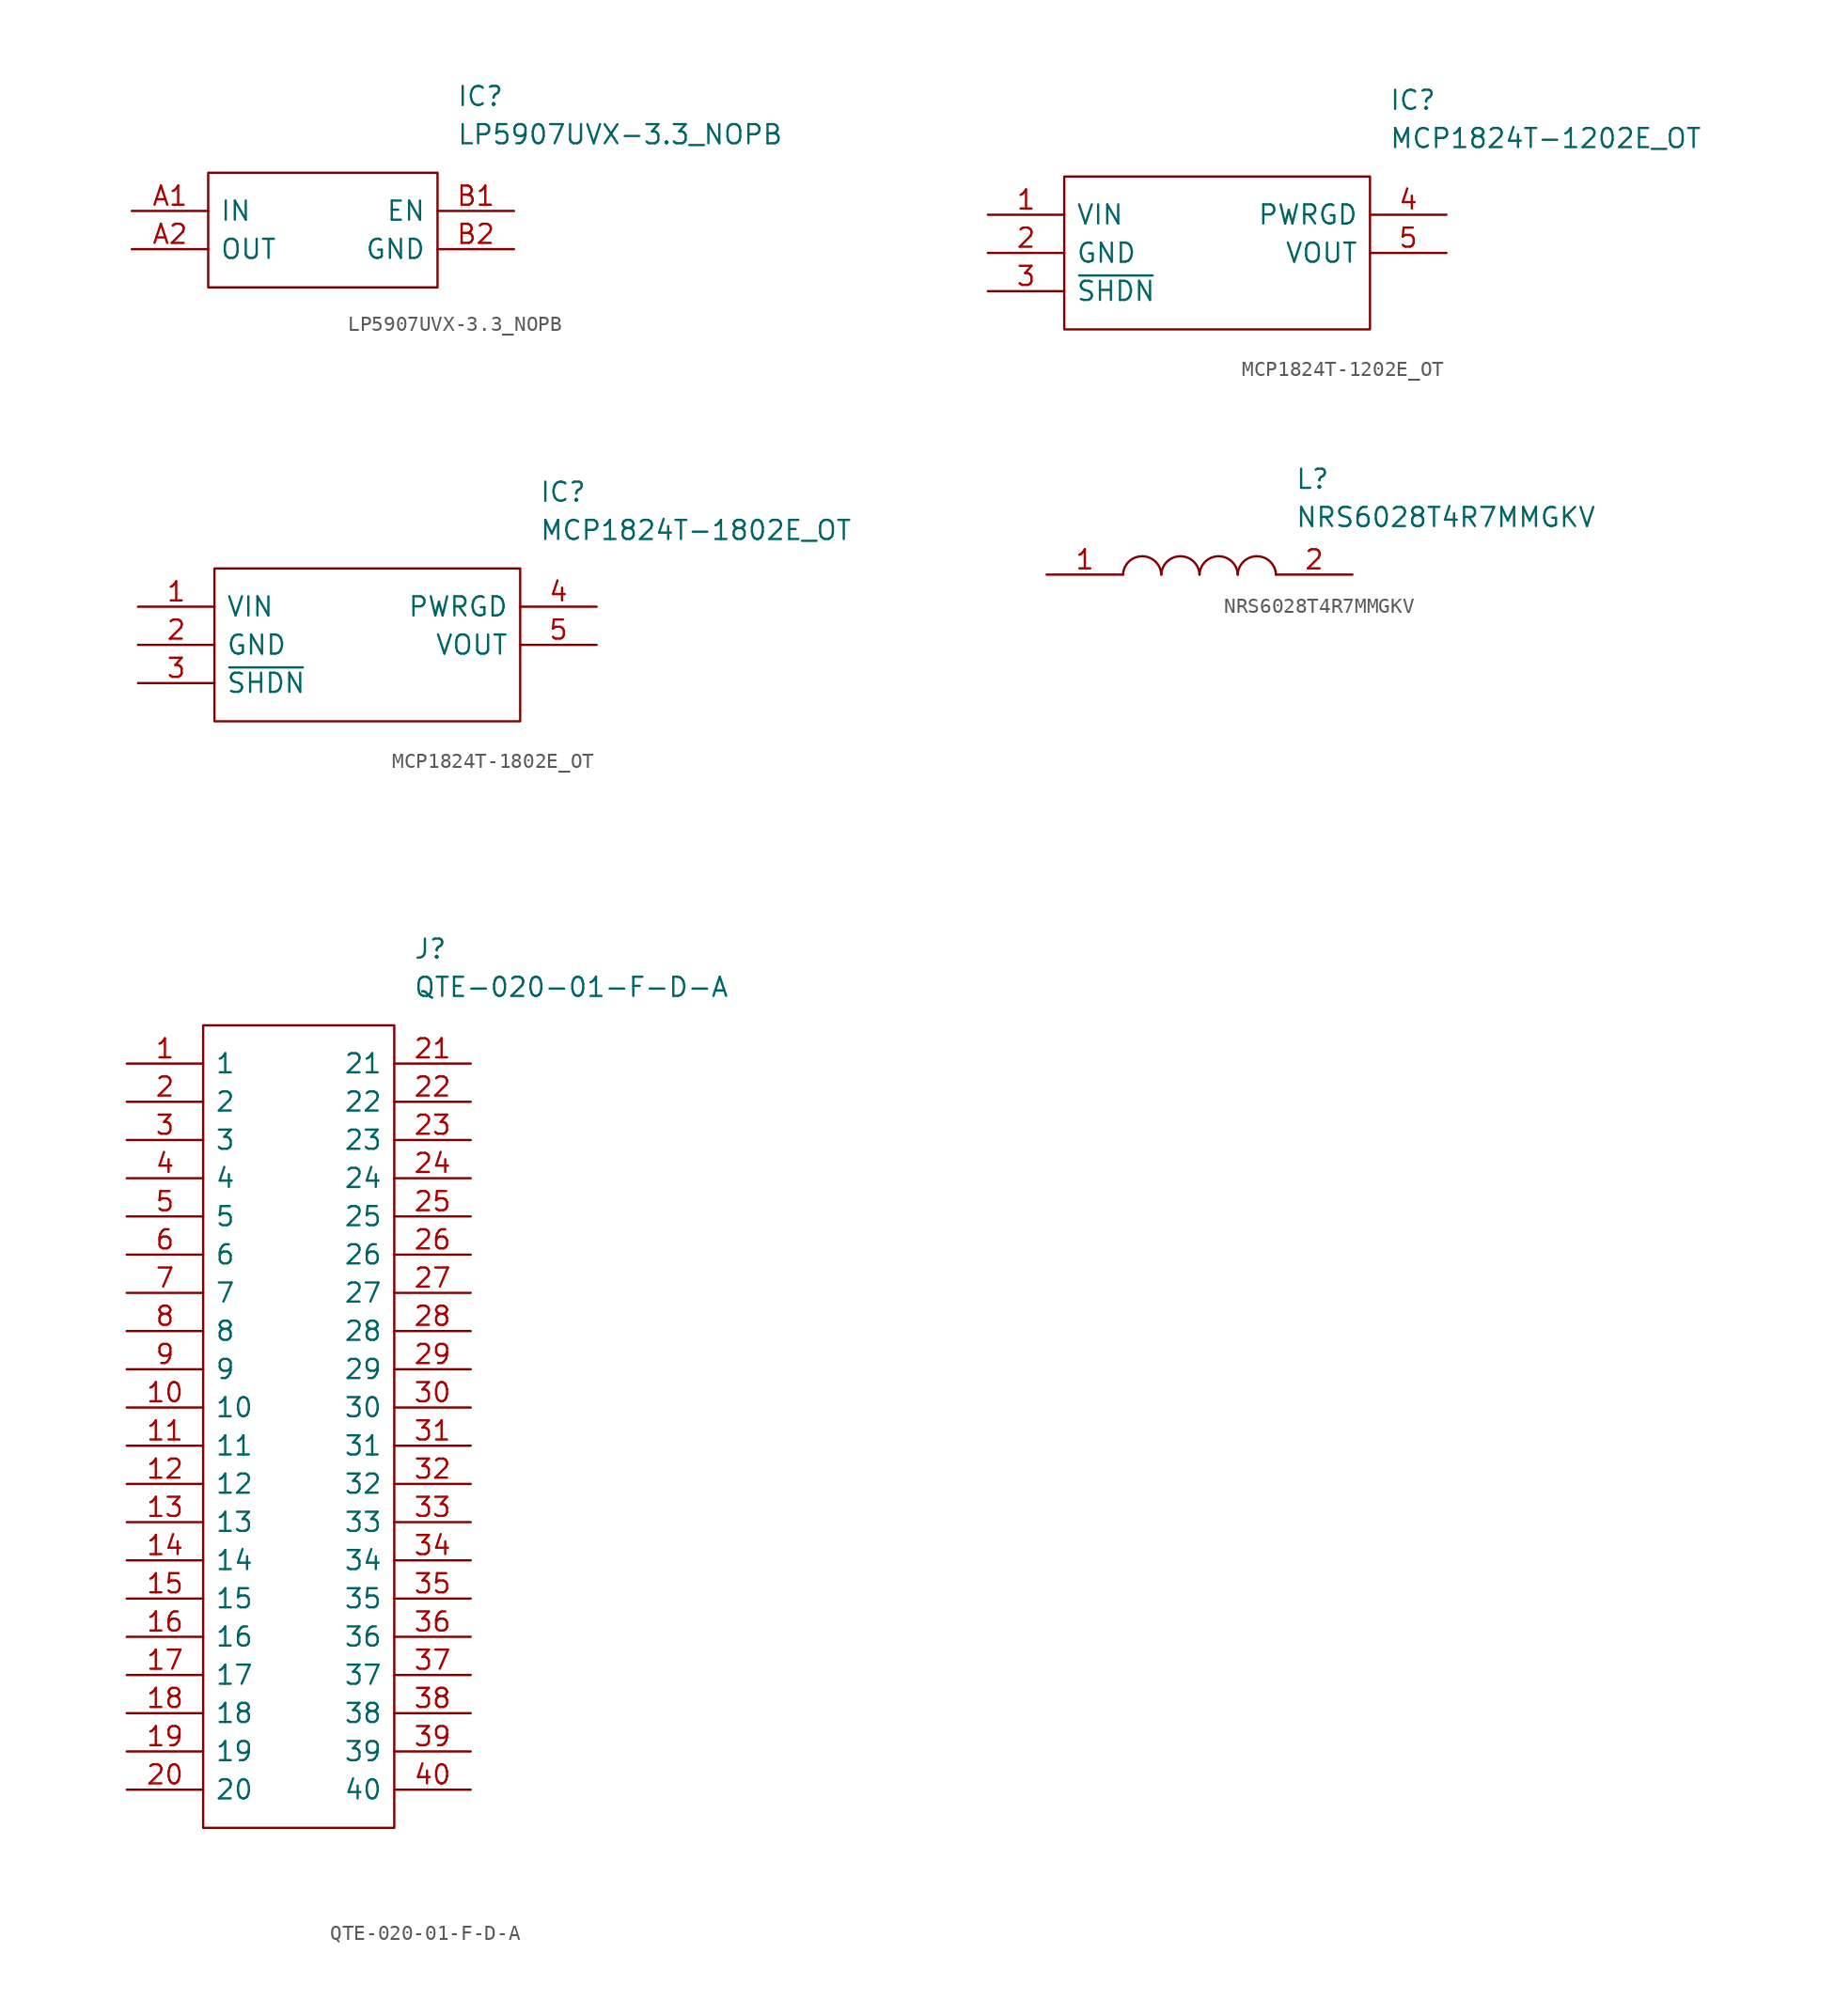
<source format=kicad_sym>
(kicad_symbol_lib
  (version 20231120)
  (generator "kicad_symbol_editor")
  (generator_version "8.0")
  (symbol "LP5907UVX-3.3_NOPB"
    (pin_names
      (offset 0.762))
    (property "Reference" "IC"
      (at 21.59 7.62 0)
      (effects (font (size 1.27 1.27)) (justify left)))
    (property "Value" "LP5907UVX-3.3_NOPB"
      (at 21.59 5.08 0)
      (effects (font (size 1.27 1.27)) (justify left)))
    (symbol "LP5907UVX-3.3_NOPB_0_0"
      (pin passive line (at 0 0 0) (length 5.08) (name "IN" (effects (font (size 1.27 1.27)))) (number "A1" (effects (font (size 1.27 1.27)))))
      (pin passive line (at 0 -2.54 0) (length 5.08) (name "OUT" (effects (font (size 1.27 1.27)))) (number "A2" (effects (font (size 1.27 1.27)))))
      (pin passive line (at 25.4 0 180) (length 5.08) (name "EN" (effects (font (size 1.27 1.27)))) (number "B1" (effects (font (size 1.27 1.27)))))
      (pin passive line (at 25.4 -2.54 180) (length 5.08) (name "GND" (effects (font (size 1.27 1.27)))) (number "B2" (effects (font (size 1.27 1.27))))))
    (symbol "LP5907UVX-3.3_NOPB_0_1"
      (polyline (pts (xy 5.08 2.54) (xy 20.32 2.54) (xy 20.32 -5.08) (xy 5.08 -5.08) (xy 5.08 2.54)) (stroke (width 0.152) (type solid)) (fill (type none)))))
  (symbol "MCP1824T-1202E_OT"
    (pin_names
      (offset 0.762))
    (property "Reference" "IC"
      (at 26.67 7.62 0)
      (effects (font (size 1.27 1.27)) (justify left)))
    (property "Value" "MCP1824T-1202E_OT"
      (at 26.67 5.08 0)
      (effects (font (size 1.27 1.27)) (justify left)))
    (symbol "MCP1824T-1202E_OT_0_0"
      (pin passive line (at 0 0 0) (length 5.08) (name "VIN" (effects (font (size 1.27 1.27)))) (number "1" (effects (font (size 1.27 1.27)))))
      (pin passive line (at 0 -2.54 0) (length 5.08) (name "GND" (effects (font (size 1.27 1.27)))) (number "2" (effects (font (size 1.27 1.27)))))
      (pin passive line (at 0 -5.08 0) (length 5.08) (name "~{SHDN}" (effects (font (size 1.27 1.27)))) (number "3" (effects (font (size 1.27 1.27)))))
      (pin passive line (at 30.48 0 180) (length 5.08) (name "PWRGD" (effects (font (size 1.27 1.27)))) (number "4" (effects (font (size 1.27 1.27)))))
      (pin passive line (at 30.48 -2.54 180) (length 5.08) (name "VOUT" (effects (font (size 1.27 1.27)))) (number "5" (effects (font (size 1.27 1.27))))))
    (symbol "MCP1824T-1202E_OT_0_1"
      (polyline (pts (xy 5.08 2.54) (xy 25.4 2.54) (xy 25.4 -7.62) (xy 5.08 -7.62) (xy 5.08 2.54)) (stroke (width 0.152) (type solid)) (fill (type none)))))
  (symbol "MCP1824T-1802E_OT"
    (pin_names
      (offset 0.762))
    (property "Reference" "IC"
      (at 26.67 7.62 0)
      (effects (font (size 1.27 1.27)) (justify left)))
    (property "Value" "MCP1824T-1802E_OT"
      (at 26.67 5.08 0)
      (effects (font (size 1.27 1.27)) (justify left)))
    (symbol "MCP1824T-1802E_OT_0_0"
      (pin power_in line (at 0 0 0) (length 5.08) (name "VIN" (effects (font (size 1.27 1.27)))) (number "1" (effects (font (size 1.27 1.27)))))
      (pin power_in line (at 0 -2.54 0) (length 5.08) (name "GND" (effects (font (size 1.27 1.27)))) (number "2" (effects (font (size 1.27 1.27)))))
      (pin passive line (at 0 -5.08 0) (length 5.08) (name "~{SHDN}" (effects (font (size 1.27 1.27)))) (number "3" (effects (font (size 1.27 1.27)))))
      (pin power_in line (at 30.48 0 180) (length 5.08) (name "PWRGD" (effects (font (size 1.27 1.27)))) (number "4" (effects (font (size 1.27 1.27)))))
      (pin power_out line (at 30.48 -2.54 180) (length 5.08) (name "VOUT" (effects (font (size 1.27 1.27)))) (number "5" (effects (font (size 1.27 1.27))))))
    (symbol "MCP1824T-1802E_OT_0_1"
      (polyline (pts (xy 5.08 2.54) (xy 25.4 2.54) (xy 25.4 -7.62) (xy 5.08 -7.62) (xy 5.08 2.54)) (stroke (width 0.152) (type default)) (fill (type none)))))
  (symbol "NRS6028T4R7MMGKV"
    (pin_names
      (offset 0.762))
    (property "Reference" "L"
      (at 16.51 6.35 0)
      (effects (font (size 1.27 1.27)) (justify left)))
    (property "Value" "NRS6028T4R7MMGKV"
      (at 16.51 3.81 0)
      (effects (font (size 1.27 1.27)) (justify left)))
    (symbol "NRS6028T4R7MMGKV_0_0"
      (pin passive line (at 0 0 0) (length 5.08) (name "~" (effects (font (size 1.27 1.27)))) (number "1" (effects (font (size 1.27 1.27)))))
      (pin passive line (at 20.32 0 180) (length 5.08) (name "~" (effects (font (size 1.27 1.27)))) (number "2" (effects (font (size 1.27 1.27))))))
    (symbol "NRS6028T4R7MMGKV_0_1"
      (arc (start 7.62 0) (mid 6.35 1.2202) (end 5.08 0) (stroke (width 0.1524) (type default)) (fill (type none)))
      (arc (start 10.16 0) (mid 8.89 1.2202) (end 7.62 0) (stroke (width 0.1524) (type default)) (fill (type none)))
      (arc (start 12.7 0) (mid 11.43 1.2202) (end 10.16 0) (stroke (width 0.1524) (type default)) (fill (type none)))
      (arc (start 15.24 0) (mid 13.97 1.2202) (end 12.7 0) (stroke (width 0.1524) (type default)) (fill (type none)))))
  (symbol "QTE-020-01-F-D-A"
    (pin_names
      (offset 0.762))
    (property "Reference" "J"
      (at 19.05 7.62 0)
      (effects (font (size 1.27 1.27)) (justify left)))
    (property "Value" "QTE-020-01-F-D-A"
      (at 19.05 5.08 0)
      (effects (font (size 1.27 1.27)) (justify left)))
    (symbol "QTE-020-01-F-D-A_0_0"
      (pin passive line (at 0 0 0) (length 5.08) (name "1" (effects (font (size 1.27 1.27)))) (number "1" (effects (font (size 1.27 1.27)))))
      (pin passive line (at 0 -22.86 0) (length 5.08) (name "10" (effects (font (size 1.27 1.27)))) (number "10" (effects (font (size 1.27 1.27)))))
      (pin passive line (at 0 -25.4 0) (length 5.08) (name "11" (effects (font (size 1.27 1.27)))) (number "11" (effects (font (size 1.27 1.27)))))
      (pin passive line (at 0 -27.94 0) (length 5.08) (name "12" (effects (font (size 1.27 1.27)))) (number "12" (effects (font (size 1.27 1.27)))))
      (pin passive line (at 0 -30.48 0) (length 5.08) (name "13" (effects (font (size 1.27 1.27)))) (number "13" (effects (font (size 1.27 1.27)))))
      (pin passive line (at 0 -33.02 0) (length 5.08) (name "14" (effects (font (size 1.27 1.27)))) (number "14" (effects (font (size 1.27 1.27)))))
      (pin passive line (at 0 -35.56 0) (length 5.08) (name "15" (effects (font (size 1.27 1.27)))) (number "15" (effects (font (size 1.27 1.27)))))
      (pin passive line (at 0 -38.1 0) (length 5.08) (name "16" (effects (font (size 1.27 1.27)))) (number "16" (effects (font (size 1.27 1.27)))))
      (pin passive line (at 0 -40.64 0) (length 5.08) (name "17" (effects (font (size 1.27 1.27)))) (number "17" (effects (font (size 1.27 1.27)))))
      (pin passive line (at 0 -43.18 0) (length 5.08) (name "18" (effects (font (size 1.27 1.27)))) (number "18" (effects (font (size 1.27 1.27)))))
      (pin passive line (at 0 -45.72 0) (length 5.08) (name "19" (effects (font (size 1.27 1.27)))) (number "19" (effects (font (size 1.27 1.27)))))
      (pin passive line (at 0 -2.54 0) (length 5.08) (name "2" (effects (font (size 1.27 1.27)))) (number "2" (effects (font (size 1.27 1.27)))))
      (pin passive line (at 0 -48.26 0) (length 5.08) (name "20" (effects (font (size 1.27 1.27)))) (number "20" (effects (font (size 1.27 1.27)))))
      (pin passive line (at 22.86 0 180) (length 5.08) (name "21" (effects (font (size 1.27 1.27)))) (number "21" (effects (font (size 1.27 1.27)))))
      (pin passive line (at 22.86 -2.54 180) (length 5.08) (name "22" (effects (font (size 1.27 1.27)))) (number "22" (effects (font (size 1.27 1.27)))))
      (pin passive line (at 22.86 -5.08 180) (length 5.08) (name "23" (effects (font (size 1.27 1.27)))) (number "23" (effects (font (size 1.27 1.27)))))
      (pin passive line (at 22.86 -7.62 180) (length 5.08) (name "24" (effects (font (size 1.27 1.27)))) (number "24" (effects (font (size 1.27 1.27)))))
      (pin passive line (at 22.86 -10.16 180) (length 5.08) (name "25" (effects (font (size 1.27 1.27)))) (number "25" (effects (font (size 1.27 1.27)))))
      (pin passive line (at 22.86 -12.7 180) (length 5.08) (name "26" (effects (font (size 1.27 1.27)))) (number "26" (effects (font (size 1.27 1.27)))))
      (pin passive line (at 22.86 -15.24 180) (length 5.08) (name "27" (effects (font (size 1.27 1.27)))) (number "27" (effects (font (size 1.27 1.27)))))
      (pin passive line (at 22.86 -17.78 180) (length 5.08) (name "28" (effects (font (size 1.27 1.27)))) (number "28" (effects (font (size 1.27 1.27)))))
      (pin passive line (at 22.86 -20.32 180) (length 5.08) (name "29" (effects (font (size 1.27 1.27)))) (number "29" (effects (font (size 1.27 1.27)))))
      (pin passive line (at 0 -5.08 0) (length 5.08) (name "3" (effects (font (size 1.27 1.27)))) (number "3" (effects (font (size 1.27 1.27)))))
      (pin passive line (at 22.86 -22.86 180) (length 5.08) (name "30" (effects (font (size 1.27 1.27)))) (number "30" (effects (font (size 1.27 1.27)))))
      (pin passive line (at 22.86 -25.4 180) (length 5.08) (name "31" (effects (font (size 1.27 1.27)))) (number "31" (effects (font (size 1.27 1.27)))))
      (pin passive line (at 22.86 -27.94 180) (length 5.08) (name "32" (effects (font (size 1.27 1.27)))) (number "32" (effects (font (size 1.27 1.27)))))
      (pin passive line (at 22.86 -30.48 180) (length 5.08) (name "33" (effects (font (size 1.27 1.27)))) (number "33" (effects (font (size 1.27 1.27)))))
      (pin passive line (at 22.86 -33.02 180) (length 5.08) (name "34" (effects (font (size 1.27 1.27)))) (number "34" (effects (font (size 1.27 1.27)))))
      (pin passive line (at 22.86 -35.56 180) (length 5.08) (name "35" (effects (font (size 1.27 1.27)))) (number "35" (effects (font (size 1.27 1.27)))))
      (pin passive line (at 22.86 -38.1 180) (length 5.08) (name "36" (effects (font (size 1.27 1.27)))) (number "36" (effects (font (size 1.27 1.27)))))
      (pin passive line (at 22.86 -40.64 180) (length 5.08) (name "37" (effects (font (size 1.27 1.27)))) (number "37" (effects (font (size 1.27 1.27)))))
      (pin passive line (at 22.86 -43.18 180) (length 5.08) (name "38" (effects (font (size 1.27 1.27)))) (number "38" (effects (font (size 1.27 1.27)))))
      (pin passive line (at 22.86 -45.72 180) (length 5.08) (name "39" (effects (font (size 1.27 1.27)))) (number "39" (effects (font (size 1.27 1.27)))))
      (pin passive line (at 0 -7.62 0) (length 5.08) (name "4" (effects (font (size 1.27 1.27)))) (number "4" (effects (font (size 1.27 1.27)))))
      (pin passive line (at 22.86 -48.26 180) (length 5.08) (name "40" (effects (font (size 1.27 1.27)))) (number "40" (effects (font (size 1.27 1.27)))))
      (pin passive line (at 0 -10.16 0) (length 5.08) (name "5" (effects (font (size 1.27 1.27)))) (number "5" (effects (font (size 1.27 1.27)))))
      (pin passive line (at 0 -12.7 0) (length 5.08) (name "6" (effects (font (size 1.27 1.27)))) (number "6" (effects (font (size 1.27 1.27)))))
      (pin passive line (at 0 -15.24 0) (length 5.08) (name "7" (effects (font (size 1.27 1.27)))) (number "7" (effects (font (size 1.27 1.27)))))
      (pin passive line (at 0 -17.78 0) (length 5.08) (name "8" (effects (font (size 1.27 1.27)))) (number "8" (effects (font (size 1.27 1.27)))))
      (pin passive line (at 0 -20.32 0) (length 5.08) (name "9" (effects (font (size 1.27 1.27)))) (number "9" (effects (font (size 1.27 1.27))))))
    (symbol "QTE-020-01-F-D-A_0_1"
      (polyline (pts (xy 5.08 2.54) (xy 17.78 2.54) (xy 17.78 -50.8) (xy 5.08 -50.8) (xy 5.08 2.54)) (stroke (width 0.152) (type solid)) (fill (type none))))))
</source>
